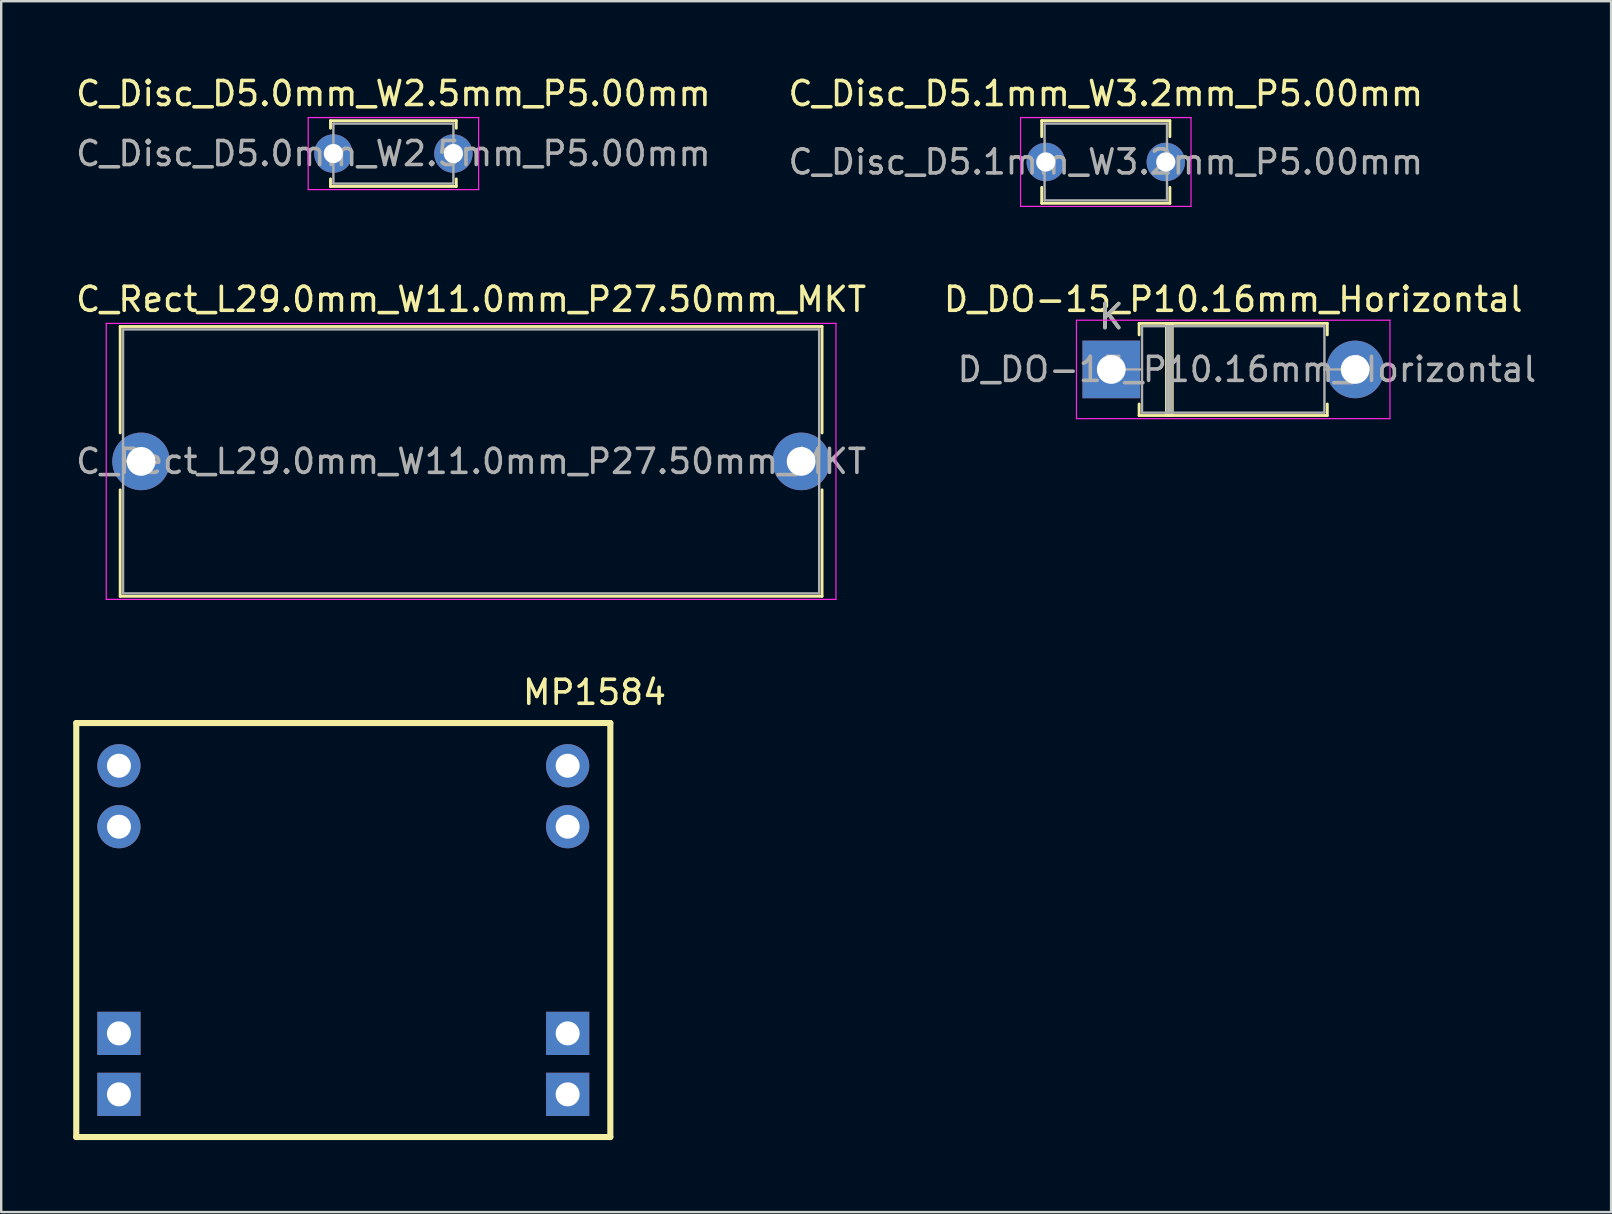
<source format=kicad_pcb>
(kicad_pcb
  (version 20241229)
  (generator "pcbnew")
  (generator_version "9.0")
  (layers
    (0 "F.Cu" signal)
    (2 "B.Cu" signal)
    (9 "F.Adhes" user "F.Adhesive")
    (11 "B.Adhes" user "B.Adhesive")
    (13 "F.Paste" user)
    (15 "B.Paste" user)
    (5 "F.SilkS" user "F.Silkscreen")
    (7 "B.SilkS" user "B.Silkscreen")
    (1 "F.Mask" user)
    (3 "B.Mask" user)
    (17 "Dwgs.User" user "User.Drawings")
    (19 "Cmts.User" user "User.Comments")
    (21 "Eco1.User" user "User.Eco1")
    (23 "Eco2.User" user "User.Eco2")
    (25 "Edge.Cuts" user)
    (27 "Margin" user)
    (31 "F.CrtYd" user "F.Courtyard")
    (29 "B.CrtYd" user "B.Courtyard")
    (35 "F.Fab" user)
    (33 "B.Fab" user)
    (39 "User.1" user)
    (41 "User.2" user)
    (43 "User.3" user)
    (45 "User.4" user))
  (footprint "C_Disc_D5.1mm_W3.2mm_P5.00mm"
    (layer "F.Cu")
    (at 40.518 3.698)
    (property "Reference" "C_Disc_D5.1mm_W3.2mm_P5.00mm" (at 2.5 -2.85 0) (layer "F.SilkS") (effects (font (size 1 1) (thickness 0.15))))
    (attr through_hole)
    (fp_line (start -0.17 -1.721) (end -0.17 -1.055) (stroke (width 0.12) (type solid)) (layer "F.SilkS"))
    (fp_line (start -0.17 -1.721) (end 5.17 -1.721) (stroke (width 0.12) (type solid)) (layer "F.SilkS"))
    (fp_line (start -0.17 1.055) (end -0.17 1.721) (stroke (width 0.12) (type solid)) (layer "F.SilkS"))
    (fp_line (start -0.17 1.721) (end 5.17 1.721) (stroke (width 0.12) (type solid)) (layer "F.SilkS"))
    (fp_line (start 5.17 -1.721) (end 5.17 -1.055) (stroke (width 0.12) (type solid)) (layer "F.SilkS"))
    (fp_line (start 5.17 1.055) (end 5.17 1.721) (stroke (width 0.12) (type solid)) (layer "F.SilkS"))
    (fp_line (start -1.05 -1.85) (end -1.05 1.85) (stroke (width 0.05) (type solid)) (layer "F.CrtYd"))
    (fp_line (start -1.05 1.85) (end 6.05 1.85) (stroke (width 0.05) (type solid)) (layer "F.CrtYd"))
    (fp_line (start 6.05 -1.85) (end -1.05 -1.85) (stroke (width 0.05) (type solid)) (layer "F.CrtYd"))
    (fp_line (start 6.05 1.85) (end 6.05 -1.85) (stroke (width 0.05) (type solid)) (layer "F.CrtYd"))
    (fp_line (start -0.05 -1.6) (end -0.05 1.6) (stroke (width 0.1) (type solid)) (layer "F.Fab"))
    (fp_line (start -0.05 1.6) (end 5.05 1.6) (stroke (width 0.1) (type solid)) (layer "F.Fab"))
    (fp_line (start 5.05 -1.6) (end -0.05 -1.6) (stroke (width 0.1) (type solid)) (layer "F.Fab"))
    (fp_line (start 5.05 1.6) (end 5.05 -1.6) (stroke (width 0.1) (type solid)) (layer "F.Fab"))
    (fp_text user "${REFERENCE}" (at 2.5 0 0) (layer "F.Fab") (effects (font (size 1 1) (thickness 0.15))))
    (pad "1" thru_hole circle (at 0 0) (size 1.6 1.6) (drill 0.8) (layers "*.Cu" "*.Mask"))
    (pad "2" thru_hole circle (at 5 0) (size 1.6 1.6) (drill 0.8) (layers "*.Cu" "*.Mask")))
  (footprint "C_Rect_L29.0mm_W11.0mm_P27.50mm_MKT"
    (layer "F.Cu")
    (at 2.827 16.172)
    (property "Reference" "C_Rect_L29.0mm_W11.0mm_P27.50mm_MKT" (at 13.75 -6.75 0) (layer "F.SilkS") (effects (font (size 1 1) (thickness 0.15))))
    (attr through_hole)
    (fp_line (start -0.87 -5.62) (end -0.87 -1.185) (stroke (width 0.12) (type solid)) (layer "F.SilkS"))
    (fp_line (start -0.87 -5.62) (end 28.37 -5.62) (stroke (width 0.12) (type solid)) (layer "F.SilkS"))
    (fp_line (start -0.87 1.185) (end -0.87 5.62) (stroke (width 0.12) (type solid)) (layer "F.SilkS"))
    (fp_line (start -0.87 5.62) (end 28.37 5.62) (stroke (width 0.12) (type solid)) (layer "F.SilkS"))
    (fp_line (start 28.37 -5.62) (end 28.37 -1.185) (stroke (width 0.12) (type solid)) (layer "F.SilkS"))
    (fp_line (start 28.37 1.185) (end 28.37 5.62) (stroke (width 0.12) (type solid)) (layer "F.SilkS"))
    (fp_line (start -1.45 -5.75) (end -1.45 5.75) (stroke (width 0.05) (type solid)) (layer "F.CrtYd"))
    (fp_line (start -1.45 5.75) (end 28.95 5.75) (stroke (width 0.05) (type solid)) (layer "F.CrtYd"))
    (fp_line (start 28.95 -5.75) (end -1.45 -5.75) (stroke (width 0.05) (type solid)) (layer "F.CrtYd"))
    (fp_line (start 28.95 5.75) (end 28.95 -5.75) (stroke (width 0.05) (type solid)) (layer "F.CrtYd"))
    (fp_line (start -0.75 -5.5) (end -0.75 5.5) (stroke (width 0.1) (type solid)) (layer "F.Fab"))
    (fp_line (start -0.75 5.5) (end 28.25 5.5) (stroke (width 0.1) (type solid)) (layer "F.Fab"))
    (fp_line (start 28.25 -5.5) (end -0.75 -5.5) (stroke (width 0.1) (type solid)) (layer "F.Fab"))
    (fp_line (start 28.25 5.5) (end 28.25 -5.5) (stroke (width 0.1) (type solid)) (layer "F.Fab"))
    (fp_text user "${REFERENCE}" (at 13.75 0 0) (layer "F.Fab") (effects (font (size 1 1) (thickness 0.15))))
    (pad "1" thru_hole circle (at 0 0) (size 2.4 2.4) (drill 1.2) (layers "*.Cu" "*.Mask"))
    (pad "2" thru_hole circle (at 27.5 0) (size 2.4 2.4) (drill 1.2) (layers "*.Cu" "*.Mask")))
  (footprint "MP1584"
    (layer "F.Cu")
    (at 1.905 28.851)
    (property "Reference" "MP1584" (at 19.812 -3.056 0) (layer "F.SilkS") (effects (font (size 1 1) (thickness 0.15))))
    (attr through_hole)
    (fp_line (start -1.778 -1.778) (end -1.778 15.469) (stroke (width 0.254) (type solid)) (layer "F.SilkS"))
    (fp_line (start -1.778 -1.778) (end 20.472 -1.778) (stroke (width 0.254) (type solid)) (layer "F.SilkS"))
    (fp_line (start -1.778 15.469) (end 20.472 15.469) (stroke (width 0.254) (type solid)) (layer "F.SilkS"))
    (fp_line (start 20.472 -1.778) (end 20.472 15.469) (stroke (width 0.254) (type solid)) (layer "F.SilkS"))
    (pad "1" thru_hole circle (at 0 0) (size 1.8 1.8) (drill 1) (layers "*.Cu" "*.Mask"))
    (pad "1" thru_hole circle (at 0 2.54) (size 1.8 1.8) (drill 1) (layers "*.Cu" "*.Mask"))
    (pad "2" thru_hole rect (at 0 11.151) (size 1.8 1.8) (drill 1) (layers "*.Cu" "*.Mask"))
    (pad "2" thru_hole rect (at 0 13.691) (size 1.8 1.8) (drill 1) (layers "*.Cu" "*.Mask"))
    (pad "3" thru_hole circle (at 18.694 0) (size 1.8 1.8) (drill 1) (layers "*.Cu" "*.Mask"))
    (pad "3" thru_hole circle (at 18.694 2.54) (size 1.8 1.8) (drill 1) (layers "*.Cu" "*.Mask"))
    (pad "4" thru_hole rect (at 18.694 11.151) (size 1.8 1.8) (drill 1) (layers "*.Cu" "*.Mask"))
    (pad "4" thru_hole rect (at 18.694 13.691) (size 1.8 1.8) (drill 1) (layers "*.Cu" "*.Mask")))
  (footprint "C_Disc_D5.0mm_W2.5mm_P5.00mm"
    (layer "F.Cu")
    (at 10.839 3.348)
    (property "Reference" "C_Disc_D5.0mm_W2.5mm_P5.00mm" (at 2.5 -2.5 0) (layer "F.SilkS") (effects (font (size 1 1) (thickness 0.15))))
    (attr through_hole)
    (fp_line (start -0.12 -1.37) (end -0.12 -1.055) (stroke (width 0.12) (type solid)) (layer "F.SilkS"))
    (fp_line (start -0.12 -1.37) (end 5.12 -1.37) (stroke (width 0.12) (type solid)) (layer "F.SilkS"))
    (fp_line (start -0.12 1.055) (end -0.12 1.37) (stroke (width 0.12) (type solid)) (layer "F.SilkS"))
    (fp_line (start -0.12 1.37) (end 5.12 1.37) (stroke (width 0.12) (type solid)) (layer "F.SilkS"))
    (fp_line (start 5.12 -1.37) (end 5.12 -1.055) (stroke (width 0.12) (type solid)) (layer "F.SilkS"))
    (fp_line (start 5.12 1.055) (end 5.12 1.37) (stroke (width 0.12) (type solid)) (layer "F.SilkS"))
    (fp_line (start -1.05 -1.5) (end -1.05 1.5) (stroke (width 0.05) (type solid)) (layer "F.CrtYd"))
    (fp_line (start -1.05 1.5) (end 6.05 1.5) (stroke (width 0.05) (type solid)) (layer "F.CrtYd"))
    (fp_line (start 6.05 -1.5) (end -1.05 -1.5) (stroke (width 0.05) (type solid)) (layer "F.CrtYd"))
    (fp_line (start 6.05 1.5) (end 6.05 -1.5) (stroke (width 0.05) (type solid)) (layer "F.CrtYd"))
    (fp_line (start 0 -1.25) (end 0 1.25) (stroke (width 0.1) (type solid)) (layer "F.Fab"))
    (fp_line (start 0 1.25) (end 5 1.25) (stroke (width 0.1) (type solid)) (layer "F.Fab"))
    (fp_line (start 5 -1.25) (end 0 -1.25) (stroke (width 0.1) (type solid)) (layer "F.Fab"))
    (fp_line (start 5 1.25) (end 5 -1.25) (stroke (width 0.1) (type solid)) (layer "F.Fab"))
    (fp_text user "${REFERENCE}" (at 2.5 0 0) (layer "F.Fab") (effects (font (size 1 1) (thickness 0.15))))
    (pad "1" thru_hole circle (at 0 0) (size 1.6 1.6) (drill 0.8) (layers "*.Cu" "*.Mask"))
    (pad "2" thru_hole circle (at 5 0) (size 1.6 1.6) (drill 0.8) (layers "*.Cu" "*.Mask")))
  (footprint "D_DO-15_P10.16mm_Horizontal"
    (layer "F.Cu")
    (at 43.247 12.341)
    (property "Reference" "D_DO-15_P10.16mm_Horizontal" (at 5.08 -2.92 0) (layer "F.SilkS") (effects (font (size 1 1) (thickness 0.15))))
    (attr through_hole)
    (fp_line (start 1.16 -1.92) (end 9 -1.92) (stroke (width 0.12) (type solid)) (layer "F.SilkS"))
    (fp_line (start 1.16 -1.44) (end 1.16 -1.92) (stroke (width 0.12) (type solid)) (layer "F.SilkS"))
    (fp_line (start 1.16 1.44) (end 1.16 1.92) (stroke (width 0.12) (type solid)) (layer "F.SilkS"))
    (fp_line (start 1.16 1.92) (end 9 1.92) (stroke (width 0.12) (type solid)) (layer "F.SilkS"))
    (fp_line (start 2.3 -1.92) (end 2.3 1.92) (stroke (width 0.12) (type solid)) (layer "F.SilkS"))
    (fp_line (start 2.42 -1.92) (end 2.42 1.92) (stroke (width 0.12) (type solid)) (layer "F.SilkS"))
    (fp_line (start 2.54 -1.92) (end 2.54 1.92) (stroke (width 0.12) (type solid)) (layer "F.SilkS"))
    (fp_line (start 9 -1.92) (end 9 -1.44) (stroke (width 0.12) (type solid)) (layer "F.SilkS"))
    (fp_line (start 9 1.92) (end 9 1.44) (stroke (width 0.12) (type solid)) (layer "F.SilkS"))
    (fp_line (start -1.45 -2.05) (end -1.45 2.05) (stroke (width 0.05) (type solid)) (layer "F.CrtYd"))
    (fp_line (start -1.45 2.05) (end 11.61 2.05) (stroke (width 0.05) (type solid)) (layer "F.CrtYd"))
    (fp_line (start 11.61 -2.05) (end -1.45 -2.05) (stroke (width 0.05) (type solid)) (layer "F.CrtYd"))
    (fp_line (start 11.61 2.05) (end 11.61 -2.05) (stroke (width 0.05) (type solid)) (layer "F.CrtYd"))
    (fp_line (start 0 0) (end 1.28 0) (stroke (width 0.1) (type solid)) (layer "F.Fab"))
    (fp_line (start 1.28 -1.8) (end 1.28 1.8) (stroke (width 0.1) (type solid)) (layer "F.Fab"))
    (fp_line (start 1.28 1.8) (end 8.88 1.8) (stroke (width 0.1) (type solid)) (layer "F.Fab"))
    (fp_line (start 2.32 -1.8) (end 2.32 1.8) (stroke (width 0.1) (type solid)) (layer "F.Fab"))
    (fp_line (start 2.42 -1.8) (end 2.42 1.8) (stroke (width 0.1) (type solid)) (layer "F.Fab"))
    (fp_line (start 2.52 -1.8) (end 2.52 1.8) (stroke (width 0.1) (type solid)) (layer "F.Fab"))
    (fp_line (start 8.88 -1.8) (end 1.28 -1.8) (stroke (width 0.1) (type solid)) (layer "F.Fab"))
    (fp_line (start 8.88 1.8) (end 8.88 -1.8) (stroke (width 0.1) (type solid)) (layer "F.Fab"))
    (fp_line (start 10.16 0) (end 8.88 0) (stroke (width 0.1) (type solid)) (layer "F.Fab"))
    (fp_text user "K" (at 0 -2.2 0) (layer "F.SilkS") (effects (font (size 1 1) (thickness 0.15))))
    (fp_text user "${REFERENCE}" (at 5.65 0 0) (layer "F.Fab") (effects (font (size 1 1) (thickness 0.15))))
    (fp_text user "K" (at 0 -2.2 0) (layer "F.Fab") (effects (font (size 1 1) (thickness 0.15))))
    (pad "1" thru_hole rect (at 0 0) (size 2.4 2.4) (drill 1.2) (layers "*.Cu" "*.Mask"))
    (pad "2" thru_hole oval (at 10.16 0) (size 2.4 2.4) (drill 1.2) (layers "*.Cu" "*.Mask")))
  (gr_rect
    (start -3 -3)
    (end 64.07 47.447)
    (stroke (width 0.1) (type default))
    (fill no)
    (layer "Edge.Cuts")))
</source>
